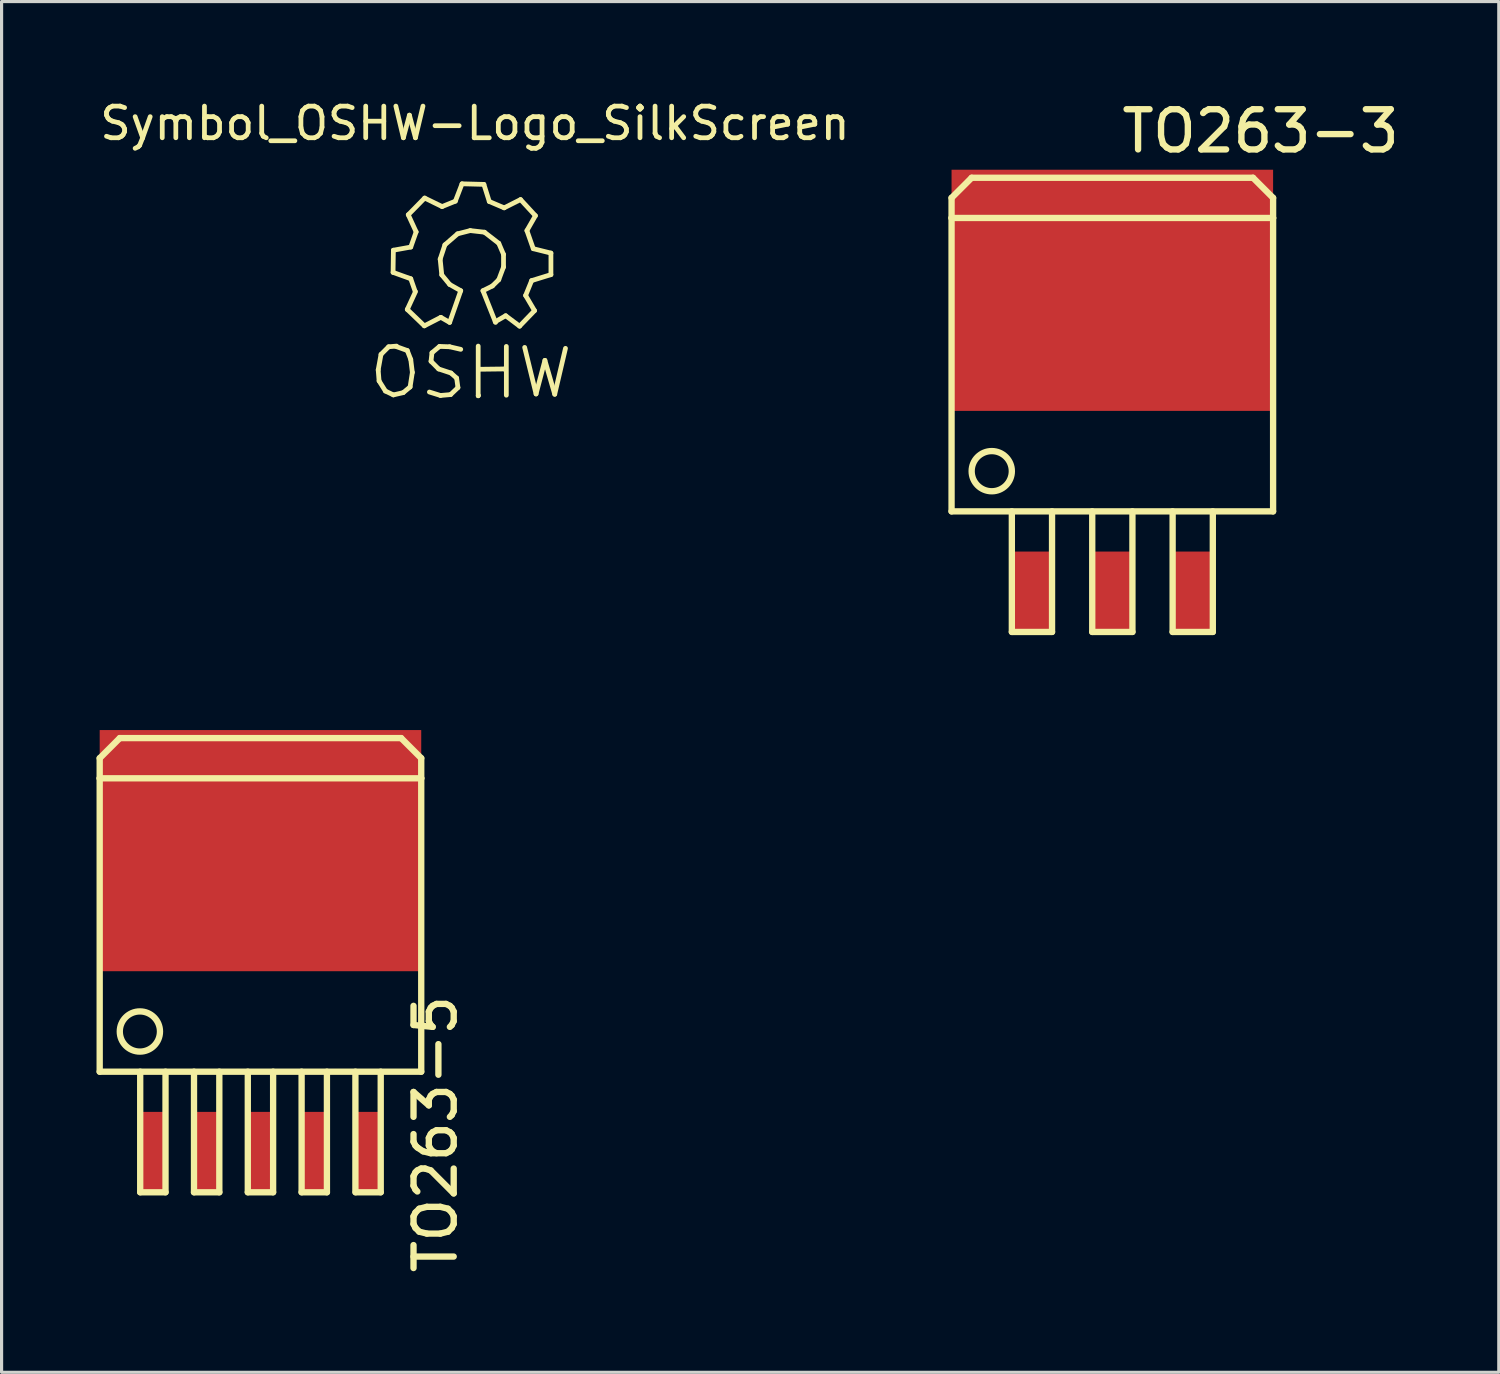
<source format=kicad_pcb>
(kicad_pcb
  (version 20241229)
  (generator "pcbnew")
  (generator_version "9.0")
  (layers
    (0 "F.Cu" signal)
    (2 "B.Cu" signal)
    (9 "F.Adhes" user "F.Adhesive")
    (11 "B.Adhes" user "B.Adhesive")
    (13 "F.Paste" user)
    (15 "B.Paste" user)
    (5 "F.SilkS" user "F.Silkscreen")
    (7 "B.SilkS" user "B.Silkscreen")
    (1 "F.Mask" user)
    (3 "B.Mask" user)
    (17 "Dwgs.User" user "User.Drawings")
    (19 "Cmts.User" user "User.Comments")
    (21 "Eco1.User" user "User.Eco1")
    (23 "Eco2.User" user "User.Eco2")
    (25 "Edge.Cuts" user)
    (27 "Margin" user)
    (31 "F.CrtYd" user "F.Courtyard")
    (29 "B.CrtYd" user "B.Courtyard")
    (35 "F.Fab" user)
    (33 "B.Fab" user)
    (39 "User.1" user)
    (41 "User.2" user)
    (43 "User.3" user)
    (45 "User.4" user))
  (footprint "TO263-3"
    (layer "F.Cu")
    (at 32.097 15.648)
    (property "Reference" "TO263-3" (at 4.684 -14.554 0) (layer "F.SilkS") (effects (font (size 1.27 1.27) (thickness 0.2))))
    (attr smd)
    (fp_line (start -5.08 -12.446) (end -4.445 -13.081) (stroke (width 0.2) (type solid)) (layer "F.SilkS"))
    (fp_line (start -5.08 -11.811) (end -5.08 -12.446) (stroke (width 0.2) (type solid)) (layer "F.SilkS"))
    (fp_line (start -5.08 -11.811) (end -5.08 -2.54) (stroke (width 0.2) (type solid)) (layer "F.SilkS"))
    (fp_line (start -5.08 -2.54) (end 5.08 -2.54) (stroke (width 0.2) (type solid)) (layer "F.SilkS"))
    (fp_line (start -4.445 -13.081) (end 4.445 -13.081) (stroke (width 0.2) (type solid)) (layer "F.SilkS"))
    (fp_line (start -3.175 -2.54) (end -3.175 1.27) (stroke (width 0.2) (type solid)) (layer "F.SilkS"))
    (fp_line (start -3.175 1.27) (end -1.905 1.27) (stroke (width 0.2) (type solid)) (layer "F.SilkS"))
    (fp_line (start -1.905 1.27) (end -1.905 -2.54) (stroke (width 0.2) (type solid)) (layer "F.SilkS"))
    (fp_line (start -0.635 -2.54) (end -0.635 1.27) (stroke (width 0.2) (type solid)) (layer "F.SilkS"))
    (fp_line (start -0.635 1.27) (end 0.635 1.27) (stroke (width 0.2) (type solid)) (layer "F.SilkS"))
    (fp_line (start 0.635 1.27) (end 0.635 -2.54) (stroke (width 0.2) (type solid)) (layer "F.SilkS"))
    (fp_line (start 1.905 -2.54) (end 1.905 1.27) (stroke (width 0.2) (type solid)) (layer "F.SilkS"))
    (fp_line (start 1.905 1.27) (end 3.175 1.27) (stroke (width 0.2) (type solid)) (layer "F.SilkS"))
    (fp_line (start 3.175 1.27) (end 3.175 -2.54) (stroke (width 0.2) (type solid)) (layer "F.SilkS"))
    (fp_line (start 4.445 -13.081) (end 5.08 -12.446) (stroke (width 0.2) (type solid)) (layer "F.SilkS"))
    (fp_line (start 5.08 -12.446) (end 5.08 -11.811) (stroke (width 0.2) (type solid)) (layer "F.SilkS"))
    (fp_line (start 5.08 -11.811) (end -5.08 -11.811) (stroke (width 0.2) (type solid)) (layer "F.SilkS"))
    (fp_line (start 5.08 -2.54) (end 5.08 -11.811) (stroke (width 0.2) (type solid)) (layer "F.SilkS"))
    (fp_circle (center -3.81 -3.81) (end -4.445 -3.81) (stroke (width 0.2) (type solid)) (fill no) (layer "F.SilkS"))
    (pad "" smd rect (at 0 -9.525) (size 10.16 7.62) (layers "F.Cu" "F.Mask" "F.Paste"))
    (pad "1" smd rect (at -2.54 0) (size 1.27 2.54) (layers "F.Cu" "F.Mask" "F.Paste"))
    (pad "2" smd rect (at 0 0) (size 1.27 2.54) (layers "F.Cu" "F.Mask" "F.Paste"))
    (pad "3" smd rect (at 2.54 0) (size 1.27 2.54) (layers "F.Cu" "F.Mask" "F.Paste")))
  (footprint "Symbol_OSHW-Logo_SilkScreen"
    (layer "F.Cu")
    (at 11.859 5.237)
    (property "Reference" "Symbol_OSHW-Logo_SilkScreen" (at 0.099 -4.389 0) (layer "F.SilkS") (effects (font (size 1 1) (thickness 0.15))))
    (attr through_hole)
    (fp_line (start -2.959 3.401) (end -2.931 3.749) (stroke (width 0.15) (type solid)) (layer "F.SilkS"))
    (fp_line (start -2.931 3.749) (end -2.731 4.069) (stroke (width 0.15) (type solid)) (layer "F.SilkS"))
    (fp_line (start -2.87 2.911) (end -2.959 3.401) (stroke (width 0.15) (type solid)) (layer "F.SilkS"))
    (fp_line (start -2.731 4.069) (end -2.479 4.191) (stroke (width 0.15) (type solid)) (layer "F.SilkS"))
    (fp_line (start -2.629 2.67) (end -2.87 2.911) (stroke (width 0.15) (type solid)) (layer "F.SilkS"))
    (fp_line (start -2.489 0.32) (end -1.93 0.521) (stroke (width 0.15) (type solid)) (layer "F.SilkS"))
    (fp_line (start -2.479 -0.381) (end -2.489 0.32) (stroke (width 0.15) (type solid)) (layer "F.SilkS"))
    (fp_line (start -2.479 4.191) (end -2.169 4.12) (stroke (width 0.15) (type solid)) (layer "F.SilkS"))
    (fp_line (start -2.38 2.649) (end -2.629 2.67) (stroke (width 0.15) (type solid)) (layer "F.SilkS"))
    (fp_line (start -2.169 4.12) (end -1.951 3.94) (stroke (width 0.15) (type solid)) (layer "F.SilkS"))
    (fp_line (start -2.04 1.491) (end -1.501 2.009) (stroke (width 0.15) (type solid)) (layer "F.SilkS"))
    (fp_line (start -2.04 2.789) (end -2.4 2.659) (stroke (width 0.15) (type solid)) (layer "F.SilkS"))
    (fp_line (start -2.009 -1.501) (end -1.76 -0.96) (stroke (width 0.15) (type solid)) (layer "F.SilkS"))
    (fp_line (start -1.951 3.94) (end -1.88 3.48) (stroke (width 0.15) (type solid)) (layer "F.SilkS"))
    (fp_line (start -1.93 -0.48) (end -2.479 -0.381) (stroke (width 0.15) (type solid)) (layer "F.SilkS"))
    (fp_line (start -1.93 0.521) (end -1.791 0.919) (stroke (width 0.15) (type solid)) (layer "F.SilkS"))
    (fp_line (start -1.93 3.071) (end -2.04 2.789) (stroke (width 0.15) (type solid)) (layer "F.SilkS"))
    (fp_line (start -1.88 3.48) (end -1.93 3.071) (stroke (width 0.15) (type solid)) (layer "F.SilkS"))
    (fp_line (start -1.781 0.93) (end -2.04 1.491) (stroke (width 0.15) (type solid)) (layer "F.SilkS"))
    (fp_line (start -1.76 -0.96) (end -1.93 -0.48) (stroke (width 0.15) (type solid)) (layer "F.SilkS"))
    (fp_line (start -1.501 2.009) (end -0.98 1.74) (stroke (width 0.15) (type solid)) (layer "F.SilkS"))
    (fp_line (start -1.491 -2.029) (end -2.009 -1.501) (stroke (width 0.15) (type solid)) (layer "F.SilkS"))
    (fp_line (start -1.29 3.129) (end -1.049 3.371) (stroke (width 0.15) (type solid)) (layer "F.SilkS"))
    (fp_line (start -1.26 2.86) (end -1.29 3.129) (stroke (width 0.15) (type solid)) (layer "F.SilkS"))
    (fp_line (start -1.049 3.371) (end -0.66 3.5) (stroke (width 0.15) (type solid)) (layer "F.SilkS"))
    (fp_line (start -1.021 2.659) (end -1.26 2.86) (stroke (width 0.15) (type solid)) (layer "F.SilkS"))
    (fp_line (start -1.001 -0.099) (end -0.95 0.399) (stroke (width 0.15) (type solid)) (layer "F.SilkS"))
    (fp_line (start -0.991 4.209) (end -1.341 4.1) (stroke (width 0.15) (type solid)) (layer "F.SilkS"))
    (fp_line (start -0.98 1.74) (end -0.701 1.9) (stroke (width 0.15) (type solid)) (layer "F.SilkS"))
    (fp_line (start -0.95 0.399) (end -0.701 0.701) (stroke (width 0.15) (type solid)) (layer "F.SilkS"))
    (fp_line (start -0.94 -1.76) (end -1.491 -2.029) (stroke (width 0.15) (type solid)) (layer "F.SilkS"))
    (fp_line (start -0.851 -0.551) (end -1.001 -0.099) (stroke (width 0.15) (type solid)) (layer "F.SilkS"))
    (fp_line (start -0.701 0.701) (end -0.351 0.899) (stroke (width 0.15) (type solid)) (layer "F.SilkS"))
    (fp_line (start -0.701 2.67) (end -1.021 2.659) (stroke (width 0.15) (type solid)) (layer "F.SilkS"))
    (fp_line (start -0.671 4.181) (end -0.991 4.209) (stroke (width 0.15) (type solid)) (layer "F.SilkS"))
    (fp_line (start -0.66 3.5) (end -0.48 3.66) (stroke (width 0.15) (type solid)) (layer "F.SilkS"))
    (fp_line (start -0.521 -1.93) (end -0.94 -1.76) (stroke (width 0.15) (type solid)) (layer "F.SilkS"))
    (fp_line (start -0.48 3.66) (end -0.439 3.96) (stroke (width 0.15) (type solid)) (layer "F.SilkS"))
    (fp_line (start -0.45 -0.899) (end -0.851 -0.551) (stroke (width 0.15) (type solid)) (layer "F.SilkS"))
    (fp_line (start -0.439 3.96) (end -0.671 4.181) (stroke (width 0.15) (type solid)) (layer "F.SilkS"))
    (fp_line (start -0.351 0.899) (end -0.701 1.9) (stroke (width 0.15) (type solid)) (layer "F.SilkS"))
    (fp_line (start -0.351 2.751) (end -0.701 2.67) (stroke (width 0.15) (type solid)) (layer "F.SilkS"))
    (fp_line (start -0.31 -2.479) (end -0.521 -1.93) (stroke (width 0.15) (type solid)) (layer "F.SilkS"))
    (fp_line (start -0.051 -1.001) (end -0.45 -0.899) (stroke (width 0.15) (type solid)) (layer "F.SilkS"))
    (fp_line (start 0.201 2.649) (end 0.201 4.219) (stroke (width 0.15) (type solid)) (layer "F.SilkS"))
    (fp_line (start 0.201 4.219) (end 0.211 4.209) (stroke (width 0.15) (type solid)) (layer "F.SilkS"))
    (fp_line (start 0.249 3.381) (end 1.039 3.371) (stroke (width 0.15) (type solid)) (layer "F.SilkS"))
    (fp_line (start 0.351 0.899) (end 0.65 0.749) (stroke (width 0.15) (type solid)) (layer "F.SilkS"))
    (fp_line (start 0.351 0.899) (end 0.749 1.9) (stroke (width 0.15) (type solid)) (layer "F.SilkS"))
    (fp_line (start 0.381 -2.461) (end -0.31 -2.479) (stroke (width 0.15) (type solid)) (layer "F.SilkS"))
    (fp_line (start 0.399 -0.95) (end -0.051 -1.001) (stroke (width 0.15) (type solid)) (layer "F.SilkS"))
    (fp_line (start 0.551 -1.92) (end 0.381 -2.461) (stroke (width 0.15) (type solid)) (layer "F.SilkS"))
    (fp_line (start 0.65 0.749) (end 0.851 0.551) (stroke (width 0.15) (type solid)) (layer "F.SilkS"))
    (fp_line (start 0.739 1.88) (end 1.069 1.689) (stroke (width 0.15) (type solid)) (layer "F.SilkS"))
    (fp_line (start 0.851 -0.599) (end 0.399 -0.95) (stroke (width 0.15) (type solid)) (layer "F.SilkS"))
    (fp_line (start 0.851 0.551) (end 1.001 0.15) (stroke (width 0.15) (type solid)) (layer "F.SilkS"))
    (fp_line (start 1.001 -0.249) (end 0.851 -0.599) (stroke (width 0.15) (type solid)) (layer "F.SilkS"))
    (fp_line (start 1.001 0.15) (end 1.001 -0.249) (stroke (width 0.15) (type solid)) (layer "F.SilkS"))
    (fp_line (start 1.021 -1.72) (end 0.551 -1.92) (stroke (width 0.15) (type solid)) (layer "F.SilkS"))
    (fp_line (start 1.039 3.371) (end 1.049 3.381) (stroke (width 0.15) (type solid)) (layer "F.SilkS"))
    (fp_line (start 1.049 3.381) (end 1.049 3.371) (stroke (width 0.15) (type solid)) (layer "F.SilkS"))
    (fp_line (start 1.069 1.689) (end 1.509 2.019) (stroke (width 0.15) (type solid)) (layer "F.SilkS"))
    (fp_line (start 1.09 2.659) (end 1.09 4.201) (stroke (width 0.15) (type solid)) (layer "F.SilkS"))
    (fp_line (start 1.509 2.019) (end 1.981 1.529) (stroke (width 0.15) (type solid)) (layer "F.SilkS"))
    (fp_line (start 1.539 -1.981) (end 1.021 -1.72) (stroke (width 0.15) (type solid)) (layer "F.SilkS"))
    (fp_line (start 1.669 2.69) (end 2.029 4.161) (stroke (width 0.15) (type solid)) (layer "F.SilkS"))
    (fp_line (start 1.699 1.049) (end 1.89 0.579) (stroke (width 0.15) (type solid)) (layer "F.SilkS"))
    (fp_line (start 1.74 -1.001) (end 2.009 -1.471) (stroke (width 0.15) (type solid)) (layer "F.SilkS"))
    (fp_line (start 1.89 0.579) (end 2.499 0.391) (stroke (width 0.15) (type solid)) (layer "F.SilkS"))
    (fp_line (start 1.941 -0.429) (end 1.74 -1.001) (stroke (width 0.15) (type solid)) (layer "F.SilkS"))
    (fp_line (start 1.981 1.529) (end 1.699 1.049) (stroke (width 0.15) (type solid)) (layer "F.SilkS"))
    (fp_line (start 2.009 -1.471) (end 1.539 -1.981) (stroke (width 0.15) (type solid)) (layer "F.SilkS"))
    (fp_line (start 2.029 4.161) (end 2.309 3.099) (stroke (width 0.15) (type solid)) (layer "F.SilkS"))
    (fp_line (start 2.309 3.099) (end 2.619 4.171) (stroke (width 0.15) (type solid)) (layer "F.SilkS"))
    (fp_line (start 2.499 -0.29) (end 1.941 -0.429) (stroke (width 0.15) (type solid)) (layer "F.SilkS"))
    (fp_line (start 2.499 0.391) (end 2.499 -0.29) (stroke (width 0.15) (type solid)) (layer "F.SilkS"))
    (fp_line (start 2.619 4.171) (end 2.959 2.72) (stroke (width 0.15) (type solid)) (layer "F.SilkS")))
  (footprint "TO263-5"
    (layer "F.Cu")
    (at 5.18 33.353)
    (property "Reference" "TO263-5" (at 5.529 -0.569 90) (layer "F.SilkS") (effects (font (size 1.27 1.27) (thickness 0.2))))
    (attr smd)
    (fp_line (start -5.08 -12.446) (end -4.445 -13.081) (stroke (width 0.2) (type solid)) (layer "F.SilkS"))
    (fp_line (start -5.08 -11.811) (end -5.08 -12.446) (stroke (width 0.2) (type solid)) (layer "F.SilkS"))
    (fp_line (start -5.08 -11.811) (end -5.08 -2.54) (stroke (width 0.2) (type solid)) (layer "F.SilkS"))
    (fp_line (start -5.08 -2.54) (end 5.08 -2.54) (stroke (width 0.2) (type solid)) (layer "F.SilkS"))
    (fp_line (start -4.445 -13.081) (end 4.445 -13.081) (stroke (width 0.2) (type solid)) (layer "F.SilkS"))
    (fp_line (start -3.8 1.27) (end -3.8 -2.54) (stroke (width 0.2) (type solid)) (layer "F.SilkS"))
    (fp_line (start -3 -2.54) (end -3 1.27) (stroke (width 0.2) (type solid)) (layer "F.SilkS"))
    (fp_line (start -3 1.27) (end -3.8 1.27) (stroke (width 0.2) (type solid)) (layer "F.SilkS"))
    (fp_line (start -2.1 -2.54) (end -2.1 1.27) (stroke (width 0.2) (type solid)) (layer "F.SilkS"))
    (fp_line (start -2.1 1.27) (end -1.3 1.27) (stroke (width 0.2) (type solid)) (layer "F.SilkS"))
    (fp_line (start -1.3 1.27) (end -1.3 -2.54) (stroke (width 0.2) (type solid)) (layer "F.SilkS"))
    (fp_line (start -0.4 -2.54) (end -0.4 1.27) (stroke (width 0.2) (type solid)) (layer "F.SilkS"))
    (fp_line (start -0.4 1.27) (end 0.4 1.27) (stroke (width 0.2) (type solid)) (layer "F.SilkS"))
    (fp_line (start 0.4 1.27) (end 0.4 -2.54) (stroke (width 0.2) (type solid)) (layer "F.SilkS"))
    (fp_line (start 1.3 -2.54) (end 1.3 1.27) (stroke (width 0.2) (type solid)) (layer "F.SilkS"))
    (fp_line (start 1.3 1.27) (end 2.1 1.27) (stroke (width 0.2) (type solid)) (layer "F.SilkS"))
    (fp_line (start 2.1 1.27) (end 2.1 -2.54) (stroke (width 0.2) (type solid)) (layer "F.SilkS"))
    (fp_line (start 3 -2.54) (end 3 1.27) (stroke (width 0.2) (type solid)) (layer "F.SilkS"))
    (fp_line (start 3.01 1.27) (end 3.8 1.27) (stroke (width 0.2) (type solid)) (layer "F.SilkS"))
    (fp_line (start 3.8 1.27) (end 3.8 -2.54) (stroke (width 0.2) (type solid)) (layer "F.SilkS"))
    (fp_line (start 4.445 -13.081) (end 5.08 -12.446) (stroke (width 0.2) (type solid)) (layer "F.SilkS"))
    (fp_line (start 5.08 -12.446) (end 5.08 -11.811) (stroke (width 0.2) (type solid)) (layer "F.SilkS"))
    (fp_line (start 5.08 -11.811) (end -5.08 -11.811) (stroke (width 0.2) (type solid)) (layer "F.SilkS"))
    (fp_line (start 5.08 -2.54) (end 5.08 -11.811) (stroke (width 0.2) (type solid)) (layer "F.SilkS"))
    (fp_circle (center -3.81 -3.81) (end -4.445 -3.81) (stroke (width 0.2) (type solid)) (fill no) (layer "F.SilkS"))
    (pad "" smd rect (at 0 -9.525) (size 10.16 7.62) (layers "F.Cu" "F.Mask" "F.Paste"))
    (pad "1" smd rect (at -3.4 0) (size 0.8 2.54) (layers "F.Cu" "F.Mask" "F.Paste"))
    (pad "2" smd rect (at -1.7 0) (size 0.8 2.54) (layers "F.Cu" "F.Mask" "F.Paste"))
    (pad "3" smd rect (at 0 0) (size 0.8 2.54) (layers "F.Cu" "F.Mask" "F.Paste"))
    (pad "4" smd rect (at 1.7 0) (size 0.8 2.54) (layers "F.Cu" "F.Mask" "F.Paste"))
    (pad "5" smd rect (at 3.4 0) (size 0.8 2.54) (layers "F.Cu" "F.Mask" "F.Paste")))
  (gr_rect
    (start -3 -3)
    (end 44.308 40.311)
    (stroke (width 0.1) (type default))
    (fill no)
    (layer "Edge.Cuts")))
</source>
